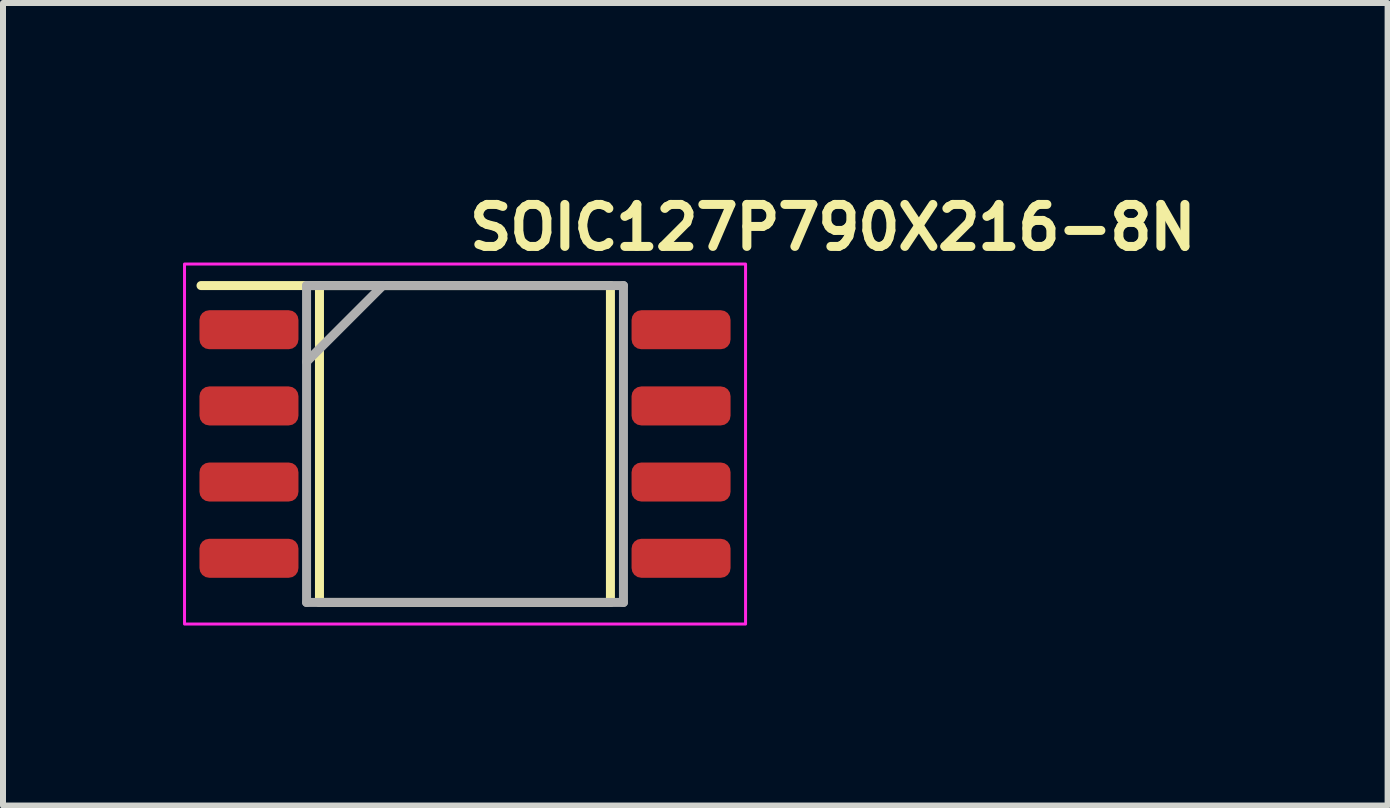
<source format=kicad_pcb>
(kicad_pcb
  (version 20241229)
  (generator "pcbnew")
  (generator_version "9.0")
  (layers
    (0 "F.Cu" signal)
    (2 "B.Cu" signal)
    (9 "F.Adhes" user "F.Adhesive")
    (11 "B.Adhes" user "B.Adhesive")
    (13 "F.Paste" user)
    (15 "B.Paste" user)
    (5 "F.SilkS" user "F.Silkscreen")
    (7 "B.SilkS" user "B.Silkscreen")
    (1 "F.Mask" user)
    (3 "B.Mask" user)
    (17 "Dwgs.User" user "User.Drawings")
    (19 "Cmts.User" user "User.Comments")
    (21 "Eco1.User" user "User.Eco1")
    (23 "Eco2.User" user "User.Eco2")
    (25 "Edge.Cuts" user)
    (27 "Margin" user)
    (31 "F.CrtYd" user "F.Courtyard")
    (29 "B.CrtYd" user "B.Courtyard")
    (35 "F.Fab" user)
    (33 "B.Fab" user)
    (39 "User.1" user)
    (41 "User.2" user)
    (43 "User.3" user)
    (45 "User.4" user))
  (footprint "SOIC127P790X216-8N"
    (layer "F.Cu")
    (at 4.7 4.35)
    (property "Reference" "SOIC127P790X216-8N" (at -0.002 -3.2 0) (layer "F.SilkS") (effects (font (size 0.7 0.7) (thickness 0.15)) (justify left bottom)))
    (attr smd)
    (fp_line (start -4.4 -2.641) (end 2.423 -2.641) (stroke (width 0.15) (type solid)) (layer "F.SilkS"))
    (fp_line (start -2.426 2.64) (end -2.426 -2.641) (stroke (width 0.15) (type solid)) (layer "F.SilkS"))
    (fp_line (start 2.423 -2.641) (end 2.423 2.64) (stroke (width 0.15) (type solid)) (layer "F.SilkS"))
    (fp_line (start 2.423 2.64) (end -2.426 2.64) (stroke (width 0.15) (type solid)) (layer "F.SilkS"))
    (fp_rect (start 4.675 -3) (end -4.675 3) (stroke (width 0.05) (type solid)) (fill no) (layer "F.CrtYd"))
    (fp_line (start -2.641 -2.641) (end 2.64 -2.641) (stroke (width 0.15) (type solid)) (layer "F.Fab"))
    (fp_line (start -2.641 -1.371) (end -1.371 -2.641) (stroke (width 0.15) (type solid)) (layer "F.Fab"))
    (fp_line (start -2.641 2.64) (end -2.641 -2.641) (stroke (width 0.15) (type solid)) (layer "F.Fab"))
    (fp_line (start 2.64 -2.641) (end 2.64 2.64) (stroke (width 0.15) (type solid)) (layer "F.Fab"))
    (fp_line (start 2.64 2.64) (end -2.641 2.64) (stroke (width 0.15) (type solid)) (layer "F.Fab"))
    (fp_rect (start -3.951 -2.617) (end 3.95 2.615) (stroke (width 0.1) (type solid)) (fill no) (layer "User.5"))
    (fp_line (start -3.951 -2.113) (end -3.604 -2.113) (stroke (width 0.02) (type solid)) (layer "User.9"))
    (fp_line (start -3.951 -1.698) (end -3.951 -2.113) (stroke (width 0.02) (type solid)) (layer "User.9"))
    (fp_line (start -3.951 -1.698) (end -3.604 -1.698) (stroke (width 0.02) (type solid)) (layer "User.9"))
    (fp_line (start -3.951 -0.843) (end -3.604 -0.843) (stroke (width 0.02) (type solid)) (layer "User.9"))
    (fp_line (start -3.951 -0.428) (end -3.951 -0.843) (stroke (width 0.02) (type solid)) (layer "User.9"))
    (fp_line (start -3.951 -0.428) (end -3.604 -0.428) (stroke (width 0.02) (type solid)) (layer "User.9"))
    (fp_line (start -3.951 0.426) (end -3.604 0.426) (stroke (width 0.02) (type solid)) (layer "User.9"))
    (fp_line (start -3.951 0.841) (end -3.951 0.426) (stroke (width 0.02) (type solid)) (layer "User.9"))
    (fp_line (start -3.951 0.841) (end -3.604 0.841) (stroke (width 0.02) (type solid)) (layer "User.9"))
    (fp_line (start -3.951 1.697) (end -3.604 1.697) (stroke (width 0.02) (type solid)) (layer "User.9"))
    (fp_line (start -3.951 2.112) (end -3.951 1.697) (stroke (width 0.02) (type solid)) (layer "User.9"))
    (fp_line (start -3.951 2.112) (end -3.604 2.112) (stroke (width 0.02) (type solid)) (layer "User.9"))
    (fp_line (start -3.604 -2.113) (end -3.521 -2.113) (stroke (width 0.02) (type solid)) (layer "User.9"))
    (fp_line (start -3.604 -1.698) (end -3.521 -1.698) (stroke (width 0.02) (type solid)) (layer "User.9"))
    (fp_line (start -3.604 -0.843) (end -3.521 -0.843) (stroke (width 0.02) (type solid)) (layer "User.9"))
    (fp_line (start -3.604 -0.428) (end -3.521 -0.428) (stroke (width 0.02) (type solid)) (layer "User.9"))
    (fp_line (start -3.604 0.426) (end -3.521 0.426) (stroke (width 0.02) (type solid)) (layer "User.9"))
    (fp_line (start -3.604 0.841) (end -3.521 0.841) (stroke (width 0.02) (type solid)) (layer "User.9"))
    (fp_line (start -3.604 1.697) (end -3.521 1.697) (stroke (width 0.02) (type solid)) (layer "User.9"))
    (fp_line (start -3.604 2.112) (end -3.521 2.112) (stroke (width 0.02) (type solid)) (layer "User.9"))
    (fp_line (start -3.521 -2.113) (end -2.811 -2.113) (stroke (width 0.02) (type solid)) (layer "User.9"))
    (fp_line (start -3.521 -1.698) (end -2.811 -1.698) (stroke (width 0.02) (type solid)) (layer "User.9"))
    (fp_line (start -3.521 -0.843) (end -2.811 -0.843) (stroke (width 0.02) (type solid)) (layer "User.9"))
    (fp_line (start -3.521 -0.428) (end -2.811 -0.428) (stroke (width 0.02) (type solid)) (layer "User.9"))
    (fp_line (start -3.521 0.426) (end -2.811 0.426) (stroke (width 0.02) (type solid)) (layer "User.9"))
    (fp_line (start -3.521 0.841) (end -2.811 0.841) (stroke (width 0.02) (type solid)) (layer "User.9"))
    (fp_line (start -3.521 1.697) (end -2.811 1.697) (stroke (width 0.02) (type solid)) (layer "User.9"))
    (fp_line (start -3.521 2.112) (end -2.811 2.112) (stroke (width 0.02) (type solid)) (layer "User.9"))
    (fp_line (start -2.811 -2.113) (end -2.73 -2.113) (stroke (width 0.02) (type solid)) (layer "User.9"))
    (fp_line (start -2.811 -1.698) (end -2.73 -1.698) (stroke (width 0.02) (type solid)) (layer "User.9"))
    (fp_line (start -2.811 -0.843) (end -2.73 -0.843) (stroke (width 0.02) (type solid)) (layer "User.9"))
    (fp_line (start -2.811 -0.428) (end -2.73 -0.428) (stroke (width 0.02) (type solid)) (layer "User.9"))
    (fp_line (start -2.811 0.426) (end -2.73 0.426) (stroke (width 0.02) (type solid)) (layer "User.9"))
    (fp_line (start -2.811 0.841) (end -2.73 0.841) (stroke (width 0.02) (type solid)) (layer "User.9"))
    (fp_line (start -2.811 1.697) (end -2.73 1.697) (stroke (width 0.02) (type solid)) (layer "User.9"))
    (fp_line (start -2.811 2.112) (end -2.73 2.112) (stroke (width 0.02) (type solid)) (layer "User.9"))
    (fp_line (start -2.73 -2.113) (end -2.617 -2.113) (stroke (width 0.02) (type solid)) (layer "User.9"))
    (fp_line (start -2.73 -1.698) (end -2.617 -1.698) (stroke (width 0.02) (type solid)) (layer "User.9"))
    (fp_line (start -2.73 -0.843) (end -2.617 -0.843) (stroke (width 0.02) (type solid)) (layer "User.9"))
    (fp_line (start -2.73 -0.428) (end -2.617 -0.428) (stroke (width 0.02) (type solid)) (layer "User.9"))
    (fp_line (start -2.73 0.426) (end -2.617 0.426) (stroke (width 0.02) (type solid)) (layer "User.9"))
    (fp_line (start -2.73 0.841) (end -2.617 0.841) (stroke (width 0.02) (type solid)) (layer "User.9"))
    (fp_line (start -2.73 1.697) (end -2.617 1.697) (stroke (width 0.02) (type solid)) (layer "User.9"))
    (fp_line (start -2.73 2.112) (end -2.617 2.112) (stroke (width 0.02) (type solid)) (layer "User.9"))
    (fp_line (start -2.617 -2.617) (end -2.493 -2.493) (stroke (width 0.02) (type solid)) (layer "User.9"))
    (fp_line (start -2.617 -2.617) (end 2.615 -2.617) (stroke (width 0.02) (type solid)) (layer "User.9"))
    (fp_line (start -2.617 -1.698) (end -2.617 -2.113) (stroke (width 0.02) (type solid)) (layer "User.9"))
    (fp_line (start -2.617 -0.428) (end -2.617 -0.843) (stroke (width 0.02) (type solid)) (layer "User.9"))
    (fp_line (start -2.617 0.841) (end -2.617 0.426) (stroke (width 0.02) (type solid)) (layer "User.9"))
    (fp_line (start -2.617 2.112) (end -2.617 1.697) (stroke (width 0.02) (type solid)) (layer "User.9"))
    (fp_line (start -2.617 2.615) (end -2.617 -2.617) (stroke (width 0.02) (type solid)) (layer "User.9"))
    (fp_line (start -2.617 2.615) (end -2.493 2.491) (stroke (width 0.02) (type solid)) (layer "User.9"))
    (fp_line (start -2.617 2.615) (end 2.615 2.615) (stroke (width 0.02) (type solid)) (layer "User.9"))
    (fp_line (start -2.493 -2.493) (end -2.424 -2.424) (stroke (width 0.02) (type solid)) (layer "User.9"))
    (fp_line (start -2.493 2.491) (end -2.424 2.422) (stroke (width 0.02) (type solid)) (layer "User.9"))
    (fp_line (start -2.089 -1.762) (end -2.089 -1.762) (stroke (width 0.02) (type solid)) (layer "User.9"))
    (fp_line (start -2.089 -1.762) (end -2.088 -1.744) (stroke (width 0.02) (type solid)) (layer "User.9"))
    (fp_line (start -2.088 -1.778) (end -2.089 -1.762) (stroke (width 0.02) (type solid)) (layer "User.9"))
    (fp_line (start -2.088 -1.744) (end -2.086 -1.728) (stroke (width 0.02) (type solid)) (layer "User.9"))
    (fp_line (start -2.086 -1.795) (end -2.088 -1.778) (stroke (width 0.02) (type solid)) (layer "User.9"))
    (fp_line (start -2.086 -1.728) (end -2.085 -1.712) (stroke (width 0.02) (type solid)) (layer "User.9"))
    (fp_line (start -2.085 -1.811) (end -2.086 -1.795) (stroke (width 0.02) (type solid)) (layer "User.9"))
    (fp_line (start -2.085 -1.712) (end -2.081 -1.696) (stroke (width 0.02) (type solid)) (layer "User.9"))
    (fp_line (start -2.081 -1.827) (end -2.085 -1.811) (stroke (width 0.02) (type solid)) (layer "User.9"))
    (fp_line (start -2.081 -1.696) (end -2.078 -1.68) (stroke (width 0.02) (type solid)) (layer "User.9"))
    (fp_line (start -2.078 -1.843) (end -2.081 -1.827) (stroke (width 0.02) (type solid)) (layer "User.9"))
    (fp_line (start -2.078 -1.68) (end -2.073 -1.665) (stroke (width 0.02) (type solid)) (layer "User.9"))
    (fp_line (start -2.073 -1.859) (end -2.078 -1.843) (stroke (width 0.02) (type solid)) (layer "User.9"))
    (fp_line (start -2.073 -1.665) (end -2.069 -1.649) (stroke (width 0.02) (type solid)) (layer "User.9"))
    (fp_line (start -2.069 -1.873) (end -2.073 -1.859) (stroke (width 0.02) (type solid)) (layer "User.9"))
    (fp_line (start -2.069 -1.649) (end -2.062 -1.635) (stroke (width 0.02) (type solid)) (layer "User.9"))
    (fp_line (start -2.062 -1.889) (end -2.069 -1.873) (stroke (width 0.02) (type solid)) (layer "User.9"))
    (fp_line (start -2.062 -1.635) (end -2.057 -1.619) (stroke (width 0.02) (type solid)) (layer "User.9"))
    (fp_line (start -2.057 -1.903) (end -2.062 -1.889) (stroke (width 0.02) (type solid)) (layer "User.9"))
    (fp_line (start -2.057 -1.619) (end -2.048 -1.605) (stroke (width 0.02) (type solid)) (layer "User.9"))
    (fp_line (start -2.048 -1.917) (end -2.057 -1.903) (stroke (width 0.02) (type solid)) (layer "User.9"))
    (fp_line (start -2.048 -1.605) (end -2.041 -1.593) (stroke (width 0.02) (type solid)) (layer "User.9"))
    (fp_line (start -2.041 -1.93) (end -2.048 -1.917) (stroke (width 0.02) (type solid)) (layer "User.9"))
    (fp_line (start -2.041 -1.593) (end -2.032 -1.579) (stroke (width 0.02) (type solid)) (layer "User.9"))
    (fp_line (start -2.032 -1.944) (end -2.041 -1.93) (stroke (width 0.02) (type solid)) (layer "User.9"))
    (fp_line (start -2.032 -1.579) (end -2.024 -1.565) (stroke (width 0.02) (type solid)) (layer "User.9"))
    (fp_line (start -2.024 -1.958) (end -2.032 -1.944) (stroke (width 0.02) (type solid)) (layer "User.9"))
    (fp_line (start -2.024 -1.565) (end -2.013 -1.553) (stroke (width 0.02) (type solid)) (layer "User.9"))
    (fp_line (start -2.013 -1.97) (end -2.024 -1.958) (stroke (width 0.02) (type solid)) (layer "User.9"))
    (fp_line (start -2.013 -1.553) (end -2.004 -1.541) (stroke (width 0.02) (type solid)) (layer "User.9"))
    (fp_line (start -2.004 -1.982) (end -2.013 -1.97) (stroke (width 0.02) (type solid)) (layer "User.9"))
    (fp_line (start -2.004 -1.541) (end -1.992 -1.53) (stroke (width 0.02) (type solid)) (layer "User.9"))
    (fp_line (start -1.992 -1.992) (end -2.004 -1.982) (stroke (width 0.02) (type solid)) (layer "User.9"))
    (fp_line (start -1.992 -1.53) (end -1.982 -1.52) (stroke (width 0.02) (type solid)) (layer "User.9"))
    (fp_line (start -1.982 -2.004) (end -1.992 -1.992) (stroke (width 0.02) (type solid)) (layer "User.9"))
    (fp_line (start -1.982 -1.52) (end -1.97 -1.51) (stroke (width 0.02) (type solid)) (layer "User.9"))
    (fp_line (start -1.97 -2.013) (end -1.982 -2.004) (stroke (width 0.02) (type solid)) (layer "User.9"))
    (fp_line (start -1.97 -1.51) (end -1.958 -1.5) (stroke (width 0.02) (type solid)) (layer "User.9"))
    (fp_line (start -1.958 -2.024) (end -1.97 -2.013) (stroke (width 0.02) (type solid)) (layer "User.9"))
    (fp_line (start -1.958 -1.5) (end -1.944 -1.49) (stroke (width 0.02) (type solid)) (layer "User.9"))
    (fp_line (start -1.944 -2.032) (end -1.958 -2.024) (stroke (width 0.02) (type solid)) (layer "User.9"))
    (fp_line (start -1.944 -1.49) (end -1.93 -1.482) (stroke (width 0.02) (type solid)) (layer "User.9"))
    (fp_line (start -1.93 -2.041) (end -1.944 -2.032) (stroke (width 0.02) (type solid)) (layer "User.9"))
    (fp_line (start -1.93 -1.482) (end -1.917 -1.474) (stroke (width 0.02) (type solid)) (layer "User.9"))
    (fp_line (start -1.917 -2.048) (end -1.93 -2.041) (stroke (width 0.02) (type solid)) (layer "User.9"))
    (fp_line (start -1.917 -1.474) (end -1.903 -1.466) (stroke (width 0.02) (type solid)) (layer "User.9"))
    (fp_line (start -1.903 -2.057) (end -1.917 -2.048) (stroke (width 0.02) (type solid)) (layer "User.9"))
    (fp_line (start -1.903 -1.466) (end -1.889 -1.46) (stroke (width 0.02) (type solid)) (layer "User.9"))
    (fp_line (start -1.889 -2.062) (end -1.903 -2.057) (stroke (width 0.02) (type solid)) (layer "User.9"))
    (fp_line (start -1.889 -1.46) (end -1.873 -1.454) (stroke (width 0.02) (type solid)) (layer "User.9"))
    (fp_line (start -1.873 -2.069) (end -1.889 -2.062) (stroke (width 0.02) (type solid)) (layer "User.9"))
    (fp_line (start -1.873 -1.454) (end -1.859 -1.45) (stroke (width 0.02) (type solid)) (layer "User.9"))
    (fp_line (start -1.859 -2.073) (end -1.873 -2.069) (stroke (width 0.02) (type solid)) (layer "User.9"))
    (fp_line (start -1.859 -1.45) (end -1.843 -1.444) (stroke (width 0.02) (type solid)) (layer "User.9"))
    (fp_line (start -1.843 -2.078) (end -1.859 -2.073) (stroke (width 0.02) (type solid)) (layer "User.9"))
    (fp_line (start -1.843 -1.444) (end -1.827 -1.442) (stroke (width 0.02) (type solid)) (layer "User.9"))
    (fp_line (start -1.827 -2.081) (end -1.843 -2.078) (stroke (width 0.02) (type solid)) (layer "User.9"))
    (fp_line (start -1.827 -1.442) (end -1.811 -1.438) (stroke (width 0.02) (type solid)) (layer "User.9"))
    (fp_line (start -1.811 -2.085) (end -1.827 -2.081) (stroke (width 0.02) (type solid)) (layer "User.9"))
    (fp_line (start -1.811 -1.438) (end -1.795 -1.436) (stroke (width 0.02) (type solid)) (layer "User.9"))
    (fp_line (start -1.795 -2.086) (end -1.811 -2.085) (stroke (width 0.02) (type solid)) (layer "User.9"))
    (fp_line (start -1.795 -1.436) (end -1.778 -1.436) (stroke (width 0.02) (type solid)) (layer "User.9"))
    (fp_line (start -1.778 -2.088) (end -1.795 -2.086) (stroke (width 0.02) (type solid)) (layer "User.9"))
    (fp_line (start -1.778 -1.436) (end -1.762 -1.434) (stroke (width 0.02) (type solid)) (layer "User.9"))
    (fp_line (start -1.762 -2.089) (end -1.778 -2.088) (stroke (width 0.02) (type solid)) (layer "User.9"))
    (fp_line (start -1.762 -2.089) (end -1.762 -2.089) (stroke (width 0.02) (type solid)) (layer "User.9"))
    (fp_line (start -1.762 -1.434) (end -1.762 -1.434) (stroke (width 0.02) (type solid)) (layer "User.9"))
    (fp_line (start -1.762 -1.434) (end -1.744 -1.436) (stroke (width 0.02) (type solid)) (layer "User.9"))
    (fp_line (start -1.744 -2.088) (end -1.762 -2.089) (stroke (width 0.02) (type solid)) (layer "User.9"))
    (fp_line (start -1.744 -1.436) (end -1.728 -1.436) (stroke (width 0.02) (type solid)) (layer "User.9"))
    (fp_line (start -1.728 -2.086) (end -1.744 -2.088) (stroke (width 0.02) (type solid)) (layer "User.9"))
    (fp_line (start -1.728 -1.436) (end -1.712 -1.438) (stroke (width 0.02) (type solid)) (layer "User.9"))
    (fp_line (start -1.712 -2.085) (end -1.728 -2.086) (stroke (width 0.02) (type solid)) (layer "User.9"))
    (fp_line (start -1.712 -1.438) (end -1.696 -1.442) (stroke (width 0.02) (type solid)) (layer "User.9"))
    (fp_line (start -1.696 -2.081) (end -1.712 -2.085) (stroke (width 0.02) (type solid)) (layer "User.9"))
    (fp_line (start -1.696 -1.442) (end -1.68 -1.444) (stroke (width 0.02) (type solid)) (layer "User.9"))
    (fp_line (start -1.68 -2.078) (end -1.696 -2.081) (stroke (width 0.02) (type solid)) (layer "User.9"))
    (fp_line (start -1.68 -1.444) (end -1.665 -1.45) (stroke (width 0.02) (type solid)) (layer "User.9"))
    (fp_line (start -1.665 -2.073) (end -1.68 -2.078) (stroke (width 0.02) (type solid)) (layer "User.9"))
    (fp_line (start -1.665 -1.45) (end -1.649 -1.454) (stroke (width 0.02) (type solid)) (layer "User.9"))
    (fp_line (start -1.649 -2.069) (end -1.665 -2.073) (stroke (width 0.02) (type solid)) (layer "User.9"))
    (fp_line (start -1.649 -1.454) (end -1.635 -1.46) (stroke (width 0.02) (type solid)) (layer "User.9"))
    (fp_line (start -1.635 -2.062) (end -1.649 -2.069) (stroke (width 0.02) (type solid)) (layer "User.9"))
    (fp_line (start -1.635 -1.46) (end -1.619 -1.466) (stroke (width 0.02) (type solid)) (layer "User.9"))
    (fp_line (start -1.619 -2.057) (end -1.635 -2.062) (stroke (width 0.02) (type solid)) (layer "User.9"))
    (fp_line (start -1.619 -1.466) (end -1.605 -1.474) (stroke (width 0.02) (type solid)) (layer "User.9"))
    (fp_line (start -1.605 -2.048) (end -1.619 -2.057) (stroke (width 0.02) (type solid)) (layer "User.9"))
    (fp_line (start -1.605 -1.474) (end -1.593 -1.482) (stroke (width 0.02) (type solid)) (layer "User.9"))
    (fp_line (start -1.593 -2.041) (end -1.605 -2.048) (stroke (width 0.02) (type solid)) (layer "User.9"))
    (fp_line (start -1.593 -1.482) (end -1.579 -1.49) (stroke (width 0.02) (type solid)) (layer "User.9"))
    (fp_line (start -1.579 -2.032) (end -1.593 -2.041) (stroke (width 0.02) (type solid)) (layer "User.9"))
    (fp_line (start -1.579 -1.49) (end -1.565 -1.5) (stroke (width 0.02) (type solid)) (layer "User.9"))
    (fp_line (start -1.565 -2.024) (end -1.579 -2.032) (stroke (width 0.02) (type solid)) (layer "User.9"))
    (fp_line (start -1.565 -1.5) (end -1.553 -1.51) (stroke (width 0.02) (type solid)) (layer "User.9"))
    (fp_line (start -1.553 -2.013) (end -1.565 -2.024) (stroke (width 0.02) (type solid)) (layer "User.9"))
    (fp_line (start -1.553 -1.51) (end -1.541 -1.52) (stroke (width 0.02) (type solid)) (layer "User.9"))
    (fp_line (start -1.541 -2.004) (end -1.553 -2.013) (stroke (width 0.02) (type solid)) (layer "User.9"))
    (fp_line (start -1.541 -1.52) (end -1.53 -1.53) (stroke (width 0.02) (type solid)) (layer "User.9"))
    (fp_line (start -1.53 -1.992) (end -1.541 -2.004) (stroke (width 0.02) (type solid)) (layer "User.9"))
    (fp_line (start -1.53 -1.53) (end -1.52 -1.541) (stroke (width 0.02) (type solid)) (layer "User.9"))
    (fp_line (start -1.52 -1.982) (end -1.53 -1.992) (stroke (width 0.02) (type solid)) (layer "User.9"))
    (fp_line (start -1.52 -1.541) (end -1.51 -1.553) (stroke (width 0.02) (type solid)) (layer "User.9"))
    (fp_line (start -1.51 -1.97) (end -1.52 -1.982) (stroke (width 0.02) (type solid)) (layer "User.9"))
    (fp_line (start -1.51 -1.553) (end -1.5 -1.565) (stroke (width 0.02) (type solid)) (layer "User.9"))
    (fp_line (start -1.5 -1.958) (end -1.51 -1.97) (stroke (width 0.02) (type solid)) (layer "User.9"))
    (fp_line (start -1.5 -1.565) (end -1.49 -1.579) (stroke (width 0.02) (type solid)) (layer "User.9"))
    (fp_line (start -1.49 -1.944) (end -1.5 -1.958) (stroke (width 0.02) (type solid)) (layer "User.9"))
    (fp_line (start -1.49 -1.579) (end -1.482 -1.593) (stroke (width 0.02) (type solid)) (layer "User.9"))
    (fp_line (start -1.482 -1.93) (end -1.49 -1.944) (stroke (width 0.02) (type solid)) (layer "User.9"))
    (fp_line (start -1.482 -1.593) (end -1.474 -1.605) (stroke (width 0.02) (type solid)) (layer "User.9"))
    (fp_line (start -1.474 -1.917) (end -1.482 -1.93) (stroke (width 0.02) (type solid)) (layer "User.9"))
    (fp_line (start -1.474 -1.605) (end -1.466 -1.619) (stroke (width 0.02) (type solid)) (layer "User.9"))
    (fp_line (start -1.466 -1.903) (end -1.474 -1.917) (stroke (width 0.02) (type solid)) (layer "User.9"))
    (fp_line (start -1.466 -1.619) (end -1.46 -1.635) (stroke (width 0.02) (type solid)) (layer "User.9"))
    (fp_line (start -1.46 -1.889) (end -1.466 -1.903) (stroke (width 0.02) (type solid)) (layer "User.9"))
    (fp_line (start -1.46 -1.635) (end -1.454 -1.649) (stroke (width 0.02) (type solid)) (layer "User.9"))
    (fp_line (start -1.454 -1.873) (end -1.46 -1.889) (stroke (width 0.02) (type solid)) (layer "User.9"))
    (fp_line (start -1.454 -1.649) (end -1.45 -1.665) (stroke (width 0.02) (type solid)) (layer "User.9"))
    (fp_line (start -1.45 -1.859) (end -1.454 -1.873) (stroke (width 0.02) (type solid)) (layer "User.9"))
    (fp_line (start -1.45 -1.665) (end -1.444 -1.68) (stroke (width 0.02) (type solid)) (layer "User.9"))
    (fp_line (start -1.444 -1.843) (end -1.45 -1.859) (stroke (width 0.02) (type solid)) (layer "User.9"))
    (fp_line (start -1.444 -1.68) (end -1.442 -1.696) (stroke (width 0.02) (type solid)) (layer "User.9"))
    (fp_line (start -1.442 -1.827) (end -1.444 -1.843) (stroke (width 0.02) (type solid)) (layer "User.9"))
    (fp_line (start -1.442 -1.696) (end -1.438 -1.712) (stroke (width 0.02) (type solid)) (layer "User.9"))
    (fp_line (start -1.438 -1.811) (end -1.442 -1.827) (stroke (width 0.02) (type solid)) (layer "User.9"))
    (fp_line (start -1.438 -1.712) (end -1.436 -1.728) (stroke (width 0.02) (type solid)) (layer "User.9"))
    (fp_line (start -1.436 -1.795) (end -1.438 -1.811) (stroke (width 0.02) (type solid)) (layer "User.9"))
    (fp_line (start -1.436 -1.778) (end -1.436 -1.795) (stroke (width 0.02) (type solid)) (layer "User.9"))
    (fp_line (start -1.436 -1.744) (end -1.434 -1.762) (stroke (width 0.02) (type solid)) (layer "User.9"))
    (fp_line (start -1.436 -1.728) (end -1.436 -1.744) (stroke (width 0.02) (type solid)) (layer "User.9"))
    (fp_line (start -1.434 -1.762) (end -1.436 -1.778) (stroke (width 0.02) (type solid)) (layer "User.9"))
    (fp_line (start -1.434 -1.762) (end -1.434 -1.762) (stroke (width 0.02) (type solid)) (layer "User.9"))
    (fp_line (start -1.434 -1.762) (end -1.434 -1.762) (stroke (width 0.02) (type solid)) (layer "User.9"))
    (fp_line (start 2.422 -2.424) (end 2.491 -2.493) (stroke (width 0.02) (type solid)) (layer "User.9"))
    (fp_line (start 2.491 2.491) (end 2.422 2.422) (stroke (width 0.02) (type solid)) (layer "User.9"))
    (fp_line (start 2.615 -2.617) (end 2.491 -2.493) (stroke (width 0.02) (type solid)) (layer "User.9"))
    (fp_line (start 2.615 -2.113) (end 2.728 -2.113) (stroke (width 0.02) (type solid)) (layer "User.9"))
    (fp_line (start 2.615 -1.698) (end 2.615 -2.113) (stroke (width 0.02) (type solid)) (layer "User.9"))
    (fp_line (start 2.615 -1.698) (end 2.728 -1.698) (stroke (width 0.02) (type solid)) (layer "User.9"))
    (fp_line (start 2.615 -0.843) (end 2.728 -0.843) (stroke (width 0.02) (type solid)) (layer "User.9"))
    (fp_line (start 2.615 -0.428) (end 2.615 -0.843) (stroke (width 0.02) (type solid)) (layer "User.9"))
    (fp_line (start 2.615 -0.428) (end 2.728 -0.428) (stroke (width 0.02) (type solid)) (layer "User.9"))
    (fp_line (start 2.615 0.426) (end 2.728 0.426) (stroke (width 0.02) (type solid)) (layer "User.9"))
    (fp_line (start 2.615 0.841) (end 2.615 0.426) (stroke (width 0.02) (type solid)) (layer "User.9"))
    (fp_line (start 2.615 0.841) (end 2.728 0.841) (stroke (width 0.02) (type solid)) (layer "User.9"))
    (fp_line (start 2.615 1.697) (end 2.728 1.697) (stroke (width 0.02) (type solid)) (layer "User.9"))
    (fp_line (start 2.615 2.112) (end 2.615 1.697) (stroke (width 0.02) (type solid)) (layer "User.9"))
    (fp_line (start 2.615 2.112) (end 2.728 2.112) (stroke (width 0.02) (type solid)) (layer "User.9"))
    (fp_line (start 2.615 2.615) (end 2.491 2.491) (stroke (width 0.02) (type solid)) (layer "User.9"))
    (fp_line (start 2.615 2.615) (end 2.615 -2.617) (stroke (width 0.02) (type solid)) (layer "User.9"))
    (fp_line (start 2.809 -2.113) (end 2.728 -2.113) (stroke (width 0.02) (type solid)) (layer "User.9"))
    (fp_line (start 2.809 -1.698) (end 2.728 -1.698) (stroke (width 0.02) (type solid)) (layer "User.9"))
    (fp_line (start 2.809 -0.843) (end 2.728 -0.843) (stroke (width 0.02) (type solid)) (layer "User.9"))
    (fp_line (start 2.809 -0.428) (end 2.728 -0.428) (stroke (width 0.02) (type solid)) (layer "User.9"))
    (fp_line (start 2.809 0.426) (end 2.728 0.426) (stroke (width 0.02) (type solid)) (layer "User.9"))
    (fp_line (start 2.809 0.841) (end 2.728 0.841) (stroke (width 0.02) (type solid)) (layer "User.9"))
    (fp_line (start 2.809 1.697) (end 2.728 1.697) (stroke (width 0.02) (type solid)) (layer "User.9"))
    (fp_line (start 2.809 2.112) (end 2.728 2.112) (stroke (width 0.02) (type solid)) (layer "User.9"))
    (fp_line (start 3.519 -2.113) (end 2.809 -2.113) (stroke (width 0.02) (type solid)) (layer "User.9"))
    (fp_line (start 3.519 -1.698) (end 2.809 -1.698) (stroke (width 0.02) (type solid)) (layer "User.9"))
    (fp_line (start 3.519 -0.843) (end 2.809 -0.843) (stroke (width 0.02) (type solid)) (layer "User.9"))
    (fp_line (start 3.519 -0.428) (end 2.809 -0.428) (stroke (width 0.02) (type solid)) (layer "User.9"))
    (fp_line (start 3.519 0.426) (end 2.809 0.426) (stroke (width 0.02) (type solid)) (layer "User.9"))
    (fp_line (start 3.519 0.841) (end 2.809 0.841) (stroke (width 0.02) (type solid)) (layer "User.9"))
    (fp_line (start 3.519 1.697) (end 2.809 1.697) (stroke (width 0.02) (type solid)) (layer "User.9"))
    (fp_line (start 3.519 2.112) (end 2.809 2.112) (stroke (width 0.02) (type solid)) (layer "User.9"))
    (fp_line (start 3.601 -2.113) (end 3.519 -2.113) (stroke (width 0.02) (type solid)) (layer "User.9"))
    (fp_line (start 3.601 -2.113) (end 3.95 -2.113) (stroke (width 0.02) (type solid)) (layer "User.9"))
    (fp_line (start 3.601 -1.698) (end 3.519 -1.698) (stroke (width 0.02) (type solid)) (layer "User.9"))
    (fp_line (start 3.601 -1.698) (end 3.95 -1.698) (stroke (width 0.02) (type solid)) (layer "User.9"))
    (fp_line (start 3.601 -0.843) (end 3.519 -0.843) (stroke (width 0.02) (type solid)) (layer "User.9"))
    (fp_line (start 3.601 -0.843) (end 3.95 -0.843) (stroke (width 0.02) (type solid)) (layer "User.9"))
    (fp_line (start 3.601 -0.428) (end 3.519 -0.428) (stroke (width 0.02) (type solid)) (layer "User.9"))
    (fp_line (start 3.601 -0.428) (end 3.95 -0.428) (stroke (width 0.02) (type solid)) (layer "User.9"))
    (fp_line (start 3.601 0.426) (end 3.519 0.426) (stroke (width 0.02) (type solid)) (layer "User.9"))
    (fp_line (start 3.601 0.426) (end 3.95 0.426) (stroke (width 0.02) (type solid)) (layer "User.9"))
    (fp_line (start 3.601 0.841) (end 3.519 0.841) (stroke (width 0.02) (type solid)) (layer "User.9"))
    (fp_line (start 3.601 0.841) (end 3.95 0.841) (stroke (width 0.02) (type solid)) (layer "User.9"))
    (fp_line (start 3.601 1.697) (end 3.519 1.697) (stroke (width 0.02) (type solid)) (layer "User.9"))
    (fp_line (start 3.601 1.697) (end 3.95 1.697) (stroke (width 0.02) (type solid)) (layer "User.9"))
    (fp_line (start 3.601 2.112) (end 3.519 2.112) (stroke (width 0.02) (type solid)) (layer "User.9"))
    (fp_line (start 3.601 2.112) (end 3.95 2.112) (stroke (width 0.02) (type solid)) (layer "User.9"))
    (fp_line (start 3.95 -1.698) (end 3.95 -2.113) (stroke (width 0.02) (type solid)) (layer "User.9"))
    (fp_line (start 3.95 -0.428) (end 3.95 -0.843) (stroke (width 0.02) (type solid)) (layer "User.9"))
    (fp_line (start 3.95 0.841) (end 3.95 0.426) (stroke (width 0.02) (type solid)) (layer "User.9"))
    (fp_line (start 3.95 2.112) (end 3.95 1.697) (stroke (width 0.02) (type solid)) (layer "User.9"))
    (pad "1" smd roundrect (at -3.601 -1.905 90) (size 0.65 1.65) (layers "F.Cu" "F.Mask" "F.Paste") (roundrect_rratio 0.25))
    (pad "2" smd roundrect (at -3.601 -0.635 90) (size 0.65 1.65) (layers "F.Cu" "F.Mask" "F.Paste") (roundrect_rratio 0.25))
    (pad "3" smd roundrect (at -3.601 0.633 90) (size 0.65 1.65) (layers "F.Cu" "F.Mask" "F.Paste") (roundrect_rratio 0.25))
    (pad "4" smd roundrect (at -3.601 1.904 90) (size 0.65 1.65) (layers "F.Cu" "F.Mask" "F.Paste") (roundrect_rratio 0.25))
    (pad "5" smd roundrect (at 3.6 1.904 90) (size 0.65 1.65) (layers "F.Cu" "F.Mask" "F.Paste") (roundrect_rratio 0.25))
    (pad "6" smd roundrect (at 3.6 0.633 90) (size 0.65 1.65) (layers "F.Cu" "F.Mask" "F.Paste") (roundrect_rratio 0.25))
    (pad "7" smd roundrect (at 3.6 -0.635 90) (size 0.65 1.65) (layers "F.Cu" "F.Mask" "F.Paste") (roundrect_rratio 0.25))
    (pad "8" smd roundrect (at 3.6 -1.905 90) (size 0.65 1.65) (layers "F.Cu" "F.Mask" "F.Paste") (roundrect_rratio 0.25)))
  (gr_rect
    (start -3 -3)
    (end 20.075 10.375)
    (stroke (width 0.1) (type default))
    (fill no)
    (layer "Edge.Cuts")))
</source>
